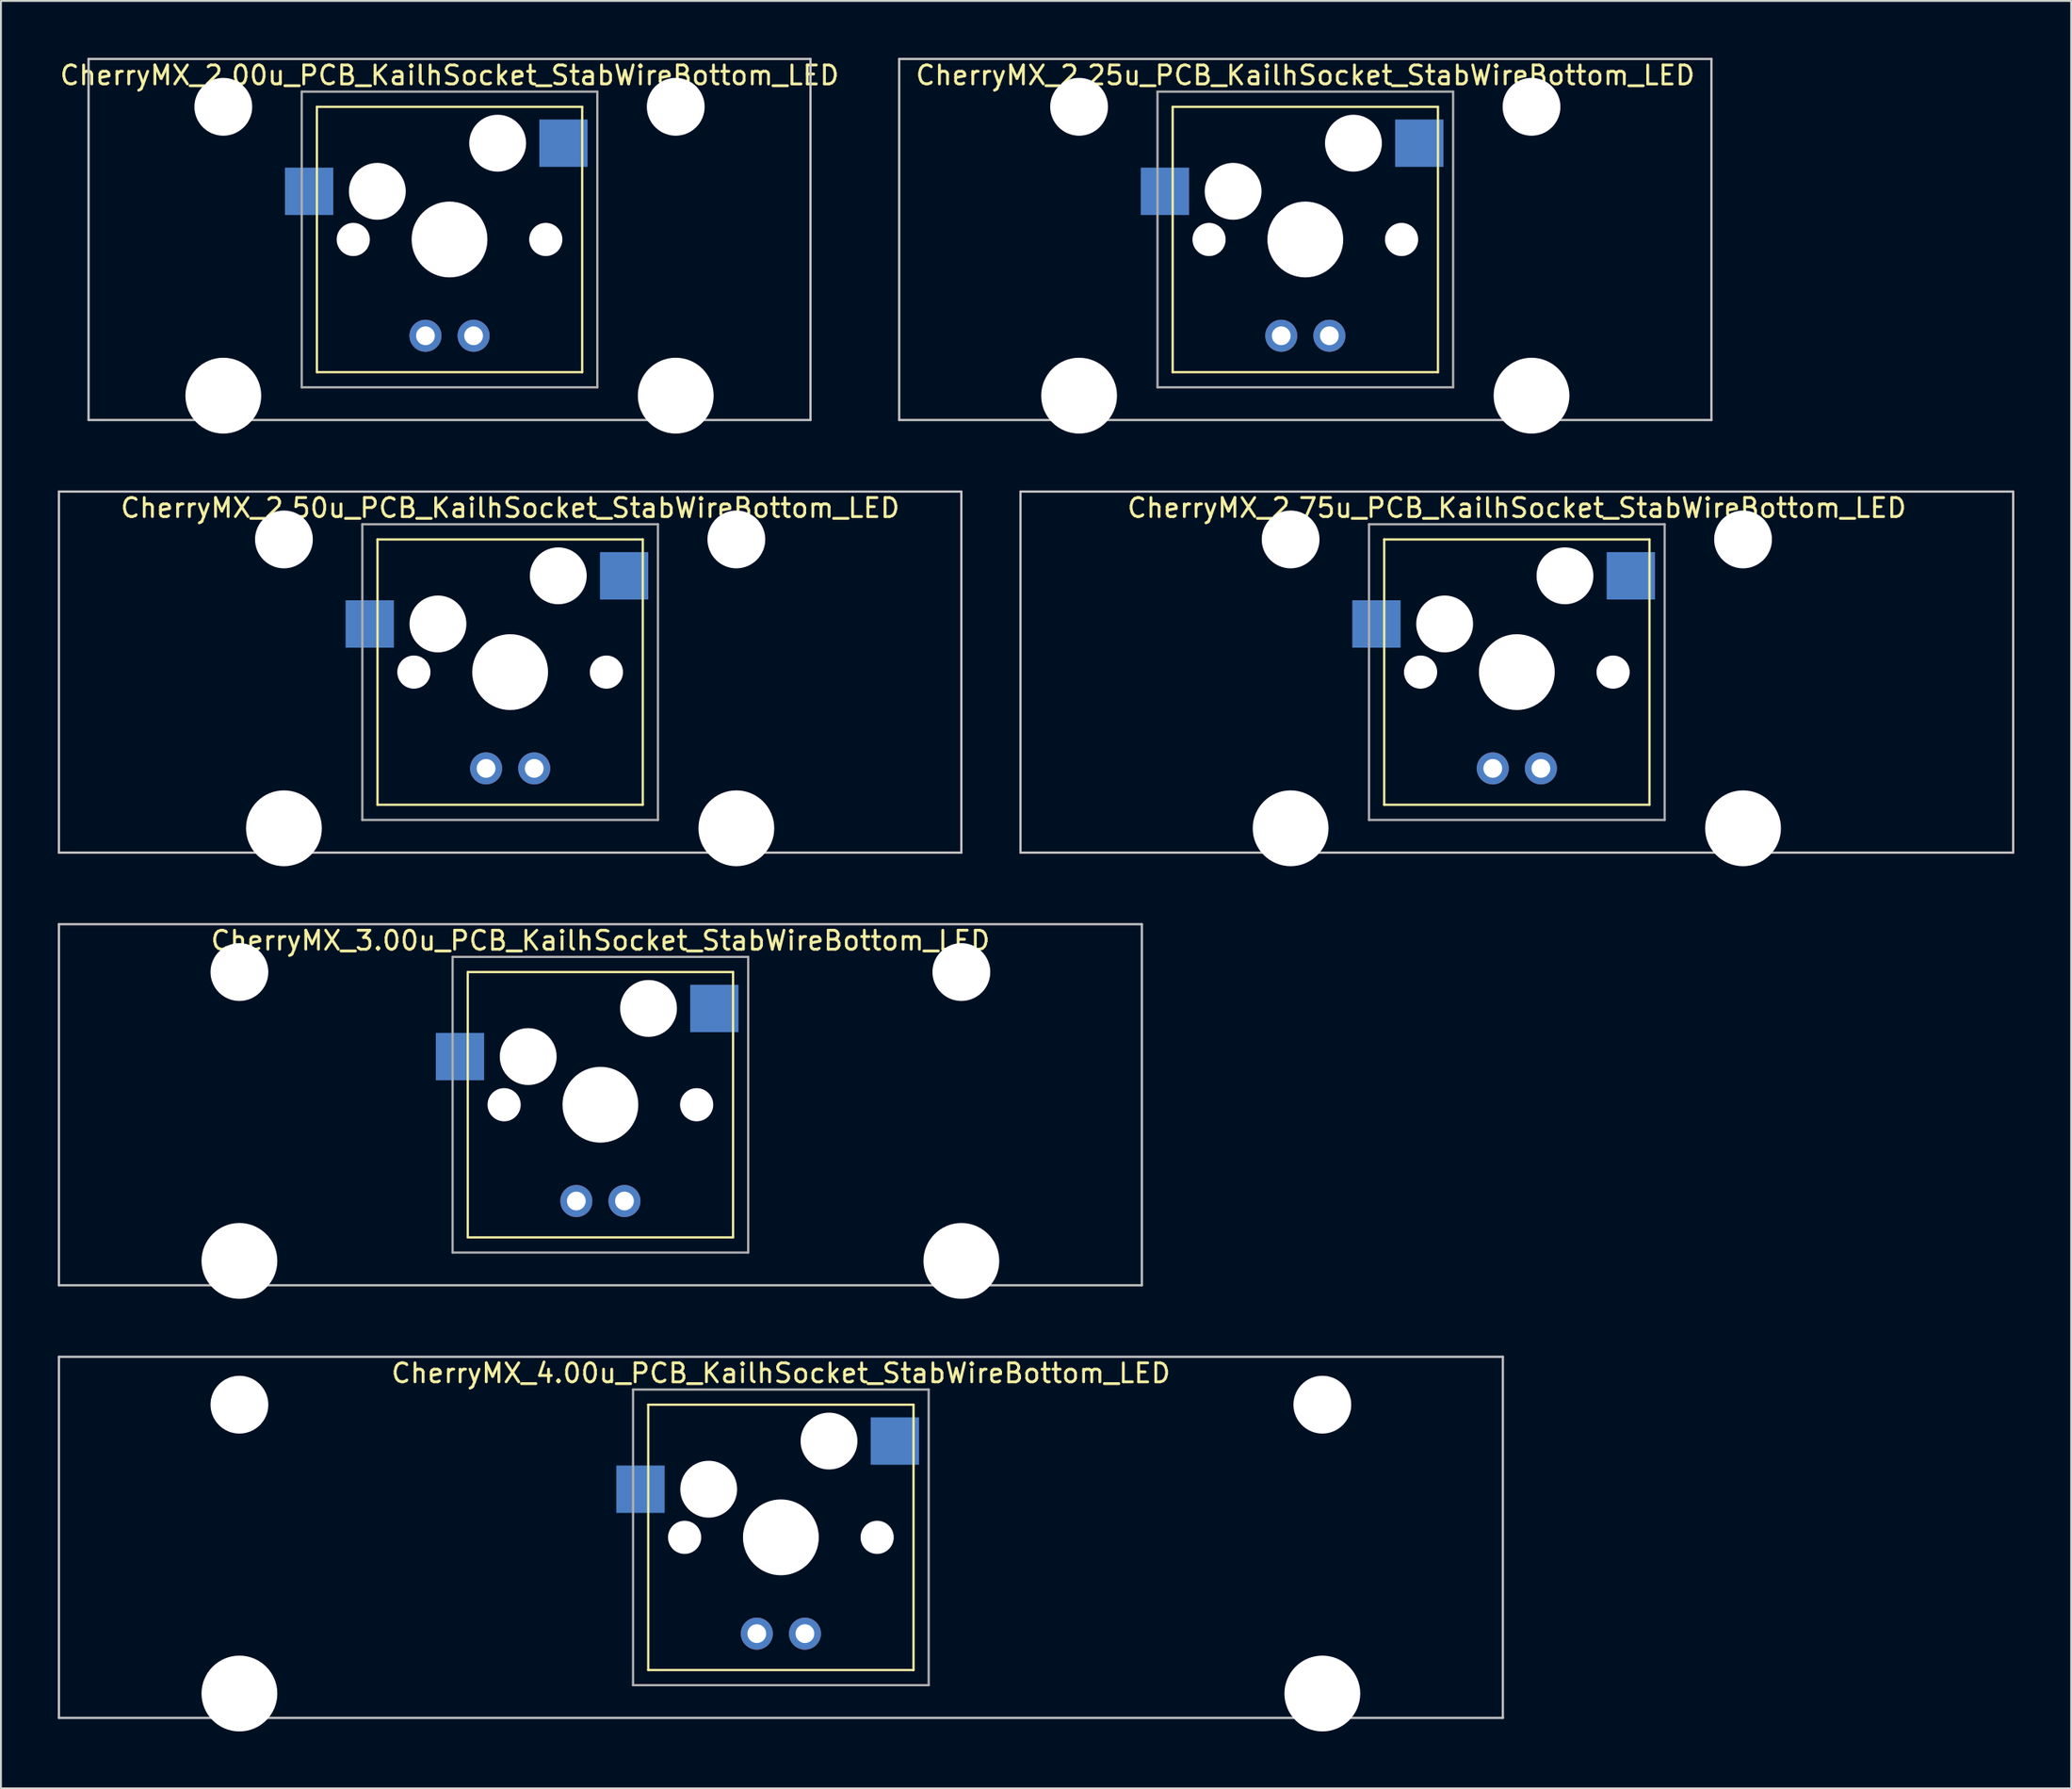
<source format=kicad_pcb>
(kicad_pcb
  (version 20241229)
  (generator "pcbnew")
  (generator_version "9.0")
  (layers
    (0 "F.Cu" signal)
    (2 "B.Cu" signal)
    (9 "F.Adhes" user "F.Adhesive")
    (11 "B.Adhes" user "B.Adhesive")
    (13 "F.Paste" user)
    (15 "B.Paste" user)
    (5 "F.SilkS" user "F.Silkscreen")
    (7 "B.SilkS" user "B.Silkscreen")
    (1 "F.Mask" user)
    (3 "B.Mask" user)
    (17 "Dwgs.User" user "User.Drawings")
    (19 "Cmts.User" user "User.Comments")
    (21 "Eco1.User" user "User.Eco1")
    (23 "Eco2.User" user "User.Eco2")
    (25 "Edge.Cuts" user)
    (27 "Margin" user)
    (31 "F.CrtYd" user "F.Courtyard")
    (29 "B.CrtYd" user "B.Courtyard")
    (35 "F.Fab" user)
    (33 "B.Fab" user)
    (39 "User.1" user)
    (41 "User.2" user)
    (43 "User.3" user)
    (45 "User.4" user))
  (footprint "CherryMX_2.75u_PCB_KailhSocket_StabWireBottom_LED"
    (layer "F.Cu")
    (at 76.999 32.41)
    (property "Reference" "CherryMX_2.75u_PCB_KailhSocket_StabWireBottom_LED" (at 0 -8.662 0) (layer "F.SilkS") (effects (font (size 1 1) (thickness 0.15))))
    (attr through_hole)
    (fp_line (start -7 -7) (end -7 7) (stroke (width 0.12) (type solid)) (layer "F.SilkS"))
    (fp_line (start -7 -7) (end 7 -7) (stroke (width 0.12) (type solid)) (layer "F.SilkS"))
    (fp_line (start 7 -7) (end 7 7) (stroke (width 0.12) (type solid)) (layer "F.SilkS"))
    (fp_line (start 7 7) (end -7 7) (stroke (width 0.12) (type solid)) (layer "F.SilkS"))
    (fp_line (start -26.194 -9.525) (end 26.194 -9.525) (stroke (width 0.12) (type solid)) (layer "Dwgs.User"))
    (fp_line (start -26.194 9.525) (end -26.194 -9.525) (stroke (width 0.12) (type solid)) (layer "Dwgs.User"))
    (fp_line (start 26.194 -9.525) (end 26.194 9.525) (stroke (width 0.12) (type solid)) (layer "Dwgs.User"))
    (fp_line (start 26.194 9.525) (end -26.194 9.525) (stroke (width 0.12) (type solid)) (layer "Dwgs.User"))
    (fp_line (start -7.8 -7.8) (end -7.8 7.8) (stroke (width 0.12) (type solid)) (layer "F.Fab"))
    (fp_line (start -7.8 -7.8) (end 7.8 -7.8) (stroke (width 0.12) (type solid)) (layer "F.Fab"))
    (fp_line (start -7.8 7.8) (end 7.8 7.8) (stroke (width 0.12) (type solid)) (layer "F.Fab"))
    (fp_line (start 7.8 -7.8) (end 7.8 7.8) (stroke (width 0.12) (type solid)) (layer "F.Fab"))
    (pad "" np_thru_hole circle (at -11.938 -7) (size 3.05 3.05) (drill 3.05) (layers "*.Cu" "*.Mask"))
    (pad "" np_thru_hole circle (at -11.938 8.24) (size 4 4) (drill 4) (layers "*.Cu" "*.Mask"))
    (pad "" np_thru_hole circle (at -5.08 0) (size 1.75 1.75) (drill 1.75) (layers "*.Cu" "*.Mask"))
    (pad "" np_thru_hole circle (at -3.81 -2.54) (size 3 3) (drill 3) (layers "*.Cu" "*.Mask"))
    (pad "" np_thru_hole circle (at 0 0) (size 4 4) (drill 4) (layers "*.Cu" "*.Mask"))
    (pad "" np_thru_hole circle (at 2.54 -5.08) (size 3 3) (drill 3) (layers "*.Cu" "*.Mask"))
    (pad "" np_thru_hole circle (at 5.08 0) (size 1.75 1.75) (drill 1.75) (layers "*.Cu" "*.Mask"))
    (pad "" np_thru_hole circle (at 11.938 -7) (size 3.05 3.05) (drill 3.05) (layers "*.Cu" "*.Mask"))
    (pad "" np_thru_hole circle (at 11.938 8.24) (size 4 4) (drill 4) (layers "*.Cu" "*.Mask"))
    (pad "1" smd rect (at -7.41 -2.54) (size 2.55 2.5) (layers "B.Cu" "B.Mask" "B.Paste"))
    (pad "2" smd rect (at 6.015 -5.08) (size 2.55 2.5) (layers "B.Cu" "B.Mask" "B.Paste"))
    (pad "3" thru_hole circle (at -1.27 5.08) (size 1.691 1.691) (drill 0.991) (layers "*.Cu" "*.Mask"))
    (pad "4" thru_hole circle (at 1.27 5.08) (size 1.691 1.691) (drill 0.991) (layers "*.Cu" "*.Mask")))
  (footprint "CherryMX_2.50u_PCB_KailhSocket_StabWireBottom_LED"
    (layer "F.Cu")
    (at 23.872 32.41)
    (property "Reference" "CherryMX_2.50u_PCB_KailhSocket_StabWireBottom_LED" (at 0 -8.662 0) (layer "F.SilkS") (effects (font (size 1 1) (thickness 0.15))))
    (attr through_hole)
    (fp_line (start -7 -7) (end -7 7) (stroke (width 0.12) (type solid)) (layer "F.SilkS"))
    (fp_line (start -7 -7) (end 7 -7) (stroke (width 0.12) (type solid)) (layer "F.SilkS"))
    (fp_line (start 7 -7) (end 7 7) (stroke (width 0.12) (type solid)) (layer "F.SilkS"))
    (fp_line (start 7 7) (end -7 7) (stroke (width 0.12) (type solid)) (layer "F.SilkS"))
    (fp_line (start -23.812 -9.525) (end 23.812 -9.525) (stroke (width 0.12) (type solid)) (layer "Dwgs.User"))
    (fp_line (start -23.812 9.525) (end -23.812 -9.525) (stroke (width 0.12) (type solid)) (layer "Dwgs.User"))
    (fp_line (start 23.812 -9.525) (end 23.812 9.525) (stroke (width 0.12) (type solid)) (layer "Dwgs.User"))
    (fp_line (start 23.812 9.525) (end -23.812 9.525) (stroke (width 0.12) (type solid)) (layer "Dwgs.User"))
    (fp_line (start -7.8 -7.8) (end -7.8 7.8) (stroke (width 0.12) (type solid)) (layer "F.Fab"))
    (fp_line (start -7.8 -7.8) (end 7.8 -7.8) (stroke (width 0.12) (type solid)) (layer "F.Fab"))
    (fp_line (start -7.8 7.8) (end 7.8 7.8) (stroke (width 0.12) (type solid)) (layer "F.Fab"))
    (fp_line (start 7.8 -7.8) (end 7.8 7.8) (stroke (width 0.12) (type solid)) (layer "F.Fab"))
    (pad "" np_thru_hole circle (at -11.938 -7) (size 3.05 3.05) (drill 3.05) (layers "*.Cu" "*.Mask"))
    (pad "" np_thru_hole circle (at -11.938 8.24) (size 4 4) (drill 4) (layers "*.Cu" "*.Mask"))
    (pad "" np_thru_hole circle (at -5.08 0) (size 1.75 1.75) (drill 1.75) (layers "*.Cu" "*.Mask"))
    (pad "" np_thru_hole circle (at -3.81 -2.54) (size 3 3) (drill 3) (layers "*.Cu" "*.Mask"))
    (pad "" np_thru_hole circle (at 0 0) (size 4 4) (drill 4) (layers "*.Cu" "*.Mask"))
    (pad "" np_thru_hole circle (at 2.54 -5.08) (size 3 3) (drill 3) (layers "*.Cu" "*.Mask"))
    (pad "" np_thru_hole circle (at 5.08 0) (size 1.75 1.75) (drill 1.75) (layers "*.Cu" "*.Mask"))
    (pad "" np_thru_hole circle (at 11.938 -7) (size 3.05 3.05) (drill 3.05) (layers "*.Cu" "*.Mask"))
    (pad "" np_thru_hole circle (at 11.938 8.24) (size 4 4) (drill 4) (layers "*.Cu" "*.Mask"))
    (pad "1" smd rect (at -7.41 -2.54) (size 2.55 2.5) (layers "B.Cu" "B.Mask" "B.Paste"))
    (pad "2" smd rect (at 6.015 -5.08) (size 2.55 2.5) (layers "B.Cu" "B.Mask" "B.Paste"))
    (pad "3" thru_hole circle (at -1.27 5.08) (size 1.691 1.691) (drill 0.991) (layers "*.Cu" "*.Mask"))
    (pad "4" thru_hole circle (at 1.27 5.08) (size 1.691 1.691) (drill 0.991) (layers "*.Cu" "*.Mask")))
  (footprint "CherryMX_3.00u_PCB_KailhSocket_StabWireBottom_LED"
    (layer "F.Cu")
    (at 28.635 55.235)
    (property "Reference" "CherryMX_3.00u_PCB_KailhSocket_StabWireBottom_LED" (at 0 -8.662 0) (layer "F.SilkS") (effects (font (size 1 1) (thickness 0.15))))
    (attr through_hole)
    (fp_line (start -7 -7) (end -7 7) (stroke (width 0.12) (type solid)) (layer "F.SilkS"))
    (fp_line (start -7 -7) (end 7 -7) (stroke (width 0.12) (type solid)) (layer "F.SilkS"))
    (fp_line (start 7 -7) (end 7 7) (stroke (width 0.12) (type solid)) (layer "F.SilkS"))
    (fp_line (start 7 7) (end -7 7) (stroke (width 0.12) (type solid)) (layer "F.SilkS"))
    (fp_line (start -28.575 -9.525) (end 28.575 -9.525) (stroke (width 0.12) (type solid)) (layer "Dwgs.User"))
    (fp_line (start -28.575 9.525) (end -28.575 -9.525) (stroke (width 0.12) (type solid)) (layer "Dwgs.User"))
    (fp_line (start 28.575 -9.525) (end 28.575 9.525) (stroke (width 0.12) (type solid)) (layer "Dwgs.User"))
    (fp_line (start 28.575 9.525) (end -28.575 9.525) (stroke (width 0.12) (type solid)) (layer "Dwgs.User"))
    (fp_line (start -7.8 -7.8) (end -7.8 7.8) (stroke (width 0.12) (type solid)) (layer "F.Fab"))
    (fp_line (start -7.8 -7.8) (end 7.8 -7.8) (stroke (width 0.12) (type solid)) (layer "F.Fab"))
    (fp_line (start -7.8 7.8) (end 7.8 7.8) (stroke (width 0.12) (type solid)) (layer "F.Fab"))
    (fp_line (start 7.8 -7.8) (end 7.8 7.8) (stroke (width 0.12) (type solid)) (layer "F.Fab"))
    (pad "" np_thru_hole circle (at -19.05 -7) (size 3.05 3.05) (drill 3.05) (layers "*.Cu" "*.Mask"))
    (pad "" np_thru_hole circle (at -19.05 8.24) (size 4 4) (drill 4) (layers "*.Cu" "*.Mask"))
    (pad "" np_thru_hole circle (at -5.08 0) (size 1.75 1.75) (drill 1.75) (layers "*.Cu" "*.Mask"))
    (pad "" np_thru_hole circle (at -3.81 -2.54) (size 3 3) (drill 3) (layers "*.Cu" "*.Mask"))
    (pad "" np_thru_hole circle (at 0 0) (size 4 4) (drill 4) (layers "*.Cu" "*.Mask"))
    (pad "" np_thru_hole circle (at 2.54 -5.08) (size 3 3) (drill 3) (layers "*.Cu" "*.Mask"))
    (pad "" np_thru_hole circle (at 5.08 0) (size 1.75 1.75) (drill 1.75) (layers "*.Cu" "*.Mask"))
    (pad "" np_thru_hole circle (at 19.05 -7) (size 3.05 3.05) (drill 3.05) (layers "*.Cu" "*.Mask"))
    (pad "" np_thru_hole circle (at 19.05 8.24) (size 4 4) (drill 4) (layers "*.Cu" "*.Mask"))
    (pad "1" smd rect (at -7.41 -2.54) (size 2.55 2.5) (layers "B.Cu" "B.Mask" "B.Paste"))
    (pad "2" smd rect (at 6.015 -5.08) (size 2.55 2.5) (layers "B.Cu" "B.Mask" "B.Paste"))
    (pad "3" thru_hole circle (at -1.27 5.08) (size 1.691 1.691) (drill 0.991) (layers "*.Cu" "*.Mask"))
    (pad "4" thru_hole circle (at 1.27 5.08) (size 1.691 1.691) (drill 0.991) (layers "*.Cu" "*.Mask")))
  (footprint "CherryMX_2.00u_PCB_KailhSocket_StabWireBottom_LED"
    (layer "F.Cu")
    (at 20.673 9.585)
    (property "Reference" "CherryMX_2.00u_PCB_KailhSocket_StabWireBottom_LED" (at 0 -8.662 0) (layer "F.SilkS") (effects (font (size 1 1) (thickness 0.15))))
    (attr through_hole)
    (fp_line (start -7 -7) (end -7 7) (stroke (width 0.12) (type solid)) (layer "F.SilkS"))
    (fp_line (start -7 -7) (end 7 -7) (stroke (width 0.12) (type solid)) (layer "F.SilkS"))
    (fp_line (start 7 -7) (end 7 7) (stroke (width 0.12) (type solid)) (layer "F.SilkS"))
    (fp_line (start 7 7) (end -7 7) (stroke (width 0.12) (type solid)) (layer "F.SilkS"))
    (fp_line (start -19.05 -9.525) (end 19.05 -9.525) (stroke (width 0.12) (type solid)) (layer "Dwgs.User"))
    (fp_line (start -19.05 9.525) (end -19.05 -9.525) (stroke (width 0.12) (type solid)) (layer "Dwgs.User"))
    (fp_line (start 19.05 -9.525) (end 19.05 9.525) (stroke (width 0.12) (type solid)) (layer "Dwgs.User"))
    (fp_line (start 19.05 9.525) (end -19.05 9.525) (stroke (width 0.12) (type solid)) (layer "Dwgs.User"))
    (fp_line (start -7.8 -7.8) (end -7.8 7.8) (stroke (width 0.12) (type solid)) (layer "F.Fab"))
    (fp_line (start -7.8 -7.8) (end 7.8 -7.8) (stroke (width 0.12) (type solid)) (layer "F.Fab"))
    (fp_line (start -7.8 7.8) (end 7.8 7.8) (stroke (width 0.12) (type solid)) (layer "F.Fab"))
    (fp_line (start 7.8 -7.8) (end 7.8 7.8) (stroke (width 0.12) (type solid)) (layer "F.Fab"))
    (pad "" np_thru_hole circle (at -11.938 -7) (size 3.05 3.05) (drill 3.05) (layers "*.Cu" "*.Mask"))
    (pad "" np_thru_hole circle (at -11.938 8.24) (size 4 4) (drill 4) (layers "*.Cu" "*.Mask"))
    (pad "" np_thru_hole circle (at -5.08 0) (size 1.75 1.75) (drill 1.75) (layers "*.Cu" "*.Mask"))
    (pad "" np_thru_hole circle (at -3.81 -2.54) (size 3 3) (drill 3) (layers "*.Cu" "*.Mask"))
    (pad "" np_thru_hole circle (at 0 0) (size 4 4) (drill 4) (layers "*.Cu" "*.Mask"))
    (pad "" np_thru_hole circle (at 2.54 -5.08) (size 3 3) (drill 3) (layers "*.Cu" "*.Mask"))
    (pad "" np_thru_hole circle (at 5.08 0) (size 1.75 1.75) (drill 1.75) (layers "*.Cu" "*.Mask"))
    (pad "" np_thru_hole circle (at 11.938 -7) (size 3.05 3.05) (drill 3.05) (layers "*.Cu" "*.Mask"))
    (pad "" np_thru_hole circle (at 11.938 8.24) (size 4 4) (drill 4) (layers "*.Cu" "*.Mask"))
    (pad "1" smd rect (at -7.41 -2.54) (size 2.55 2.5) (layers "B.Cu" "B.Mask" "B.Paste"))
    (pad "2" smd rect (at 6.015 -5.08) (size 2.55 2.5) (layers "B.Cu" "B.Mask" "B.Paste"))
    (pad "3" thru_hole circle (at -1.27 5.08) (size 1.691 1.691) (drill 0.991) (layers "*.Cu" "*.Mask"))
    (pad "4" thru_hole circle (at 1.27 5.08) (size 1.691 1.691) (drill 0.991) (layers "*.Cu" "*.Mask")))
  (footprint "CherryMX_4.00u_PCB_KailhSocket_StabWireBottom_LED"
    (layer "F.Cu")
    (at 38.16 78.06)
    (property "Reference" "CherryMX_4.00u_PCB_KailhSocket_StabWireBottom_LED" (at 0 -8.662 0) (layer "F.SilkS") (effects (font (size 1 1) (thickness 0.15))))
    (attr through_hole)
    (fp_line (start -7 -7) (end -7 7) (stroke (width 0.12) (type solid)) (layer "F.SilkS"))
    (fp_line (start -7 -7) (end 7 -7) (stroke (width 0.12) (type solid)) (layer "F.SilkS"))
    (fp_line (start 7 -7) (end 7 7) (stroke (width 0.12) (type solid)) (layer "F.SilkS"))
    (fp_line (start 7 7) (end -7 7) (stroke (width 0.12) (type solid)) (layer "F.SilkS"))
    (fp_line (start -38.1 -9.525) (end 38.1 -9.525) (stroke (width 0.12) (type solid)) (layer "Dwgs.User"))
    (fp_line (start -38.1 9.525) (end -38.1 -9.525) (stroke (width 0.12) (type solid)) (layer "Dwgs.User"))
    (fp_line (start 38.1 -9.525) (end 38.1 9.525) (stroke (width 0.12) (type solid)) (layer "Dwgs.User"))
    (fp_line (start 38.1 9.525) (end -38.1 9.525) (stroke (width 0.12) (type solid)) (layer "Dwgs.User"))
    (fp_line (start -7.8 -7.8) (end -7.8 7.8) (stroke (width 0.12) (type solid)) (layer "F.Fab"))
    (fp_line (start -7.8 -7.8) (end 7.8 -7.8) (stroke (width 0.12) (type solid)) (layer "F.Fab"))
    (fp_line (start -7.8 7.8) (end 7.8 7.8) (stroke (width 0.12) (type solid)) (layer "F.Fab"))
    (fp_line (start 7.8 -7.8) (end 7.8 7.8) (stroke (width 0.12) (type solid)) (layer "F.Fab"))
    (pad "" np_thru_hole circle (at -28.575 -7) (size 3.05 3.05) (drill 3.05) (layers "*.Cu" "*.Mask"))
    (pad "" np_thru_hole circle (at -28.575 8.24) (size 4 4) (drill 4) (layers "*.Cu" "*.Mask"))
    (pad "" np_thru_hole circle (at -5.08 0) (size 1.75 1.75) (drill 1.75) (layers "*.Cu" "*.Mask"))
    (pad "" np_thru_hole circle (at -3.81 -2.54) (size 3 3) (drill 3) (layers "*.Cu" "*.Mask"))
    (pad "" np_thru_hole circle (at 0 0) (size 4 4) (drill 4) (layers "*.Cu" "*.Mask"))
    (pad "" np_thru_hole circle (at 2.54 -5.08) (size 3 3) (drill 3) (layers "*.Cu" "*.Mask"))
    (pad "" np_thru_hole circle (at 5.08 0) (size 1.75 1.75) (drill 1.75) (layers "*.Cu" "*.Mask"))
    (pad "" np_thru_hole circle (at 28.575 -7) (size 3.05 3.05) (drill 3.05) (layers "*.Cu" "*.Mask"))
    (pad "" np_thru_hole circle (at 28.575 8.24) (size 4 4) (drill 4) (layers "*.Cu" "*.Mask"))
    (pad "1" smd rect (at -7.41 -2.54) (size 2.55 2.5) (layers "B.Cu" "B.Mask" "B.Paste"))
    (pad "2" smd rect (at 6.015 -5.08) (size 2.55 2.5) (layers "B.Cu" "B.Mask" "B.Paste"))
    (pad "3" thru_hole circle (at -1.27 5.08) (size 1.691 1.691) (drill 0.991) (layers "*.Cu" "*.Mask"))
    (pad "4" thru_hole circle (at 1.27 5.08) (size 1.691 1.691) (drill 0.991) (layers "*.Cu" "*.Mask")))
  (footprint "CherryMX_2.25u_PCB_KailhSocket_StabWireBottom_LED"
    (layer "F.Cu")
    (at 65.836 9.585)
    (property "Reference" "CherryMX_2.25u_PCB_KailhSocket_StabWireBottom_LED" (at 0 -8.662 0) (layer "F.SilkS") (effects (font (size 1 1) (thickness 0.15))))
    (attr through_hole)
    (fp_line (start -7 -7) (end -7 7) (stroke (width 0.12) (type solid)) (layer "F.SilkS"))
    (fp_line (start -7 -7) (end 7 -7) (stroke (width 0.12) (type solid)) (layer "F.SilkS"))
    (fp_line (start 7 -7) (end 7 7) (stroke (width 0.12) (type solid)) (layer "F.SilkS"))
    (fp_line (start 7 7) (end -7 7) (stroke (width 0.12) (type solid)) (layer "F.SilkS"))
    (fp_line (start -21.431 -9.525) (end 21.431 -9.525) (stroke (width 0.12) (type solid)) (layer "Dwgs.User"))
    (fp_line (start -21.431 9.525) (end -21.431 -9.525) (stroke (width 0.12) (type solid)) (layer "Dwgs.User"))
    (fp_line (start 21.431 -9.525) (end 21.431 9.525) (stroke (width 0.12) (type solid)) (layer "Dwgs.User"))
    (fp_line (start 21.431 9.525) (end -21.431 9.525) (stroke (width 0.12) (type solid)) (layer "Dwgs.User"))
    (fp_line (start -7.8 -7.8) (end -7.8 7.8) (stroke (width 0.12) (type solid)) (layer "F.Fab"))
    (fp_line (start -7.8 -7.8) (end 7.8 -7.8) (stroke (width 0.12) (type solid)) (layer "F.Fab"))
    (fp_line (start -7.8 7.8) (end 7.8 7.8) (stroke (width 0.12) (type solid)) (layer "F.Fab"))
    (fp_line (start 7.8 -7.8) (end 7.8 7.8) (stroke (width 0.12) (type solid)) (layer "F.Fab"))
    (pad "" np_thru_hole circle (at -11.938 -7) (size 3.05 3.05) (drill 3.05) (layers "*.Cu" "*.Mask"))
    (pad "" np_thru_hole circle (at -11.938 8.24) (size 4 4) (drill 4) (layers "*.Cu" "*.Mask"))
    (pad "" np_thru_hole circle (at -5.08 0) (size 1.75 1.75) (drill 1.75) (layers "*.Cu" "*.Mask"))
    (pad "" np_thru_hole circle (at -3.81 -2.54) (size 3 3) (drill 3) (layers "*.Cu" "*.Mask"))
    (pad "" np_thru_hole circle (at 0 0) (size 4 4) (drill 4) (layers "*.Cu" "*.Mask"))
    (pad "" np_thru_hole circle (at 2.54 -5.08) (size 3 3) (drill 3) (layers "*.Cu" "*.Mask"))
    (pad "" np_thru_hole circle (at 5.08 0) (size 1.75 1.75) (drill 1.75) (layers "*.Cu" "*.Mask"))
    (pad "" np_thru_hole circle (at 11.938 -7) (size 3.05 3.05) (drill 3.05) (layers "*.Cu" "*.Mask"))
    (pad "" np_thru_hole circle (at 11.938 8.24) (size 4 4) (drill 4) (layers "*.Cu" "*.Mask"))
    (pad "1" smd rect (at -7.41 -2.54) (size 2.55 2.5) (layers "B.Cu" "B.Mask" "B.Paste"))
    (pad "2" smd rect (at 6.015 -5.08) (size 2.55 2.5) (layers "B.Cu" "B.Mask" "B.Paste"))
    (pad "3" thru_hole circle (at -1.27 5.08) (size 1.691 1.691) (drill 0.991) (layers "*.Cu" "*.Mask"))
    (pad "4" thru_hole circle (at 1.27 5.08) (size 1.691 1.691) (drill 0.991) (layers "*.Cu" "*.Mask")))
  (gr_rect
    (start -3 -3)
    (end 106.252 91.3)
    (stroke (width 0.1) (type default))
    (fill no)
    (layer "Edge.Cuts")))
</source>
